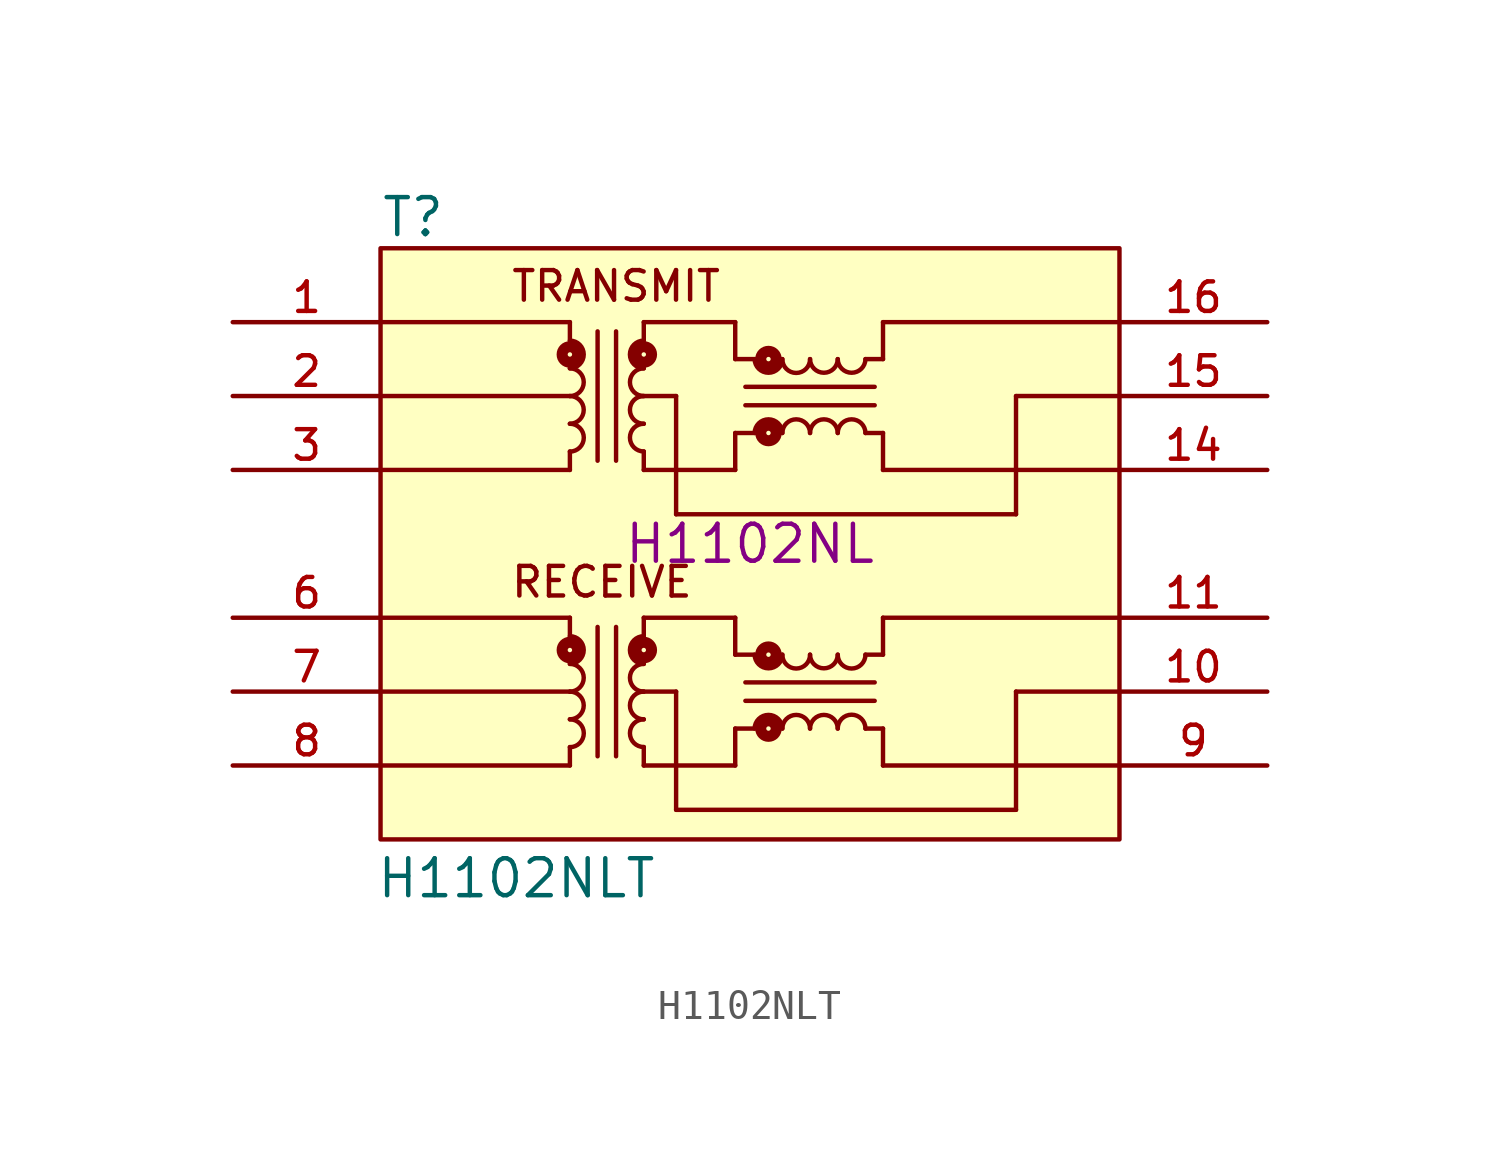
<source format=kicad_sym>
(kicad_symbol_lib
  (version 20241209)
  (generator "kicad_symbol_editor")
  (generator_version "9.0")
  (symbol "H1102NLT"
    (pin_names
      (offset 1.016))
    (property "Reference" "T"
      (at -12.71 10.485 0)
      (effects (font (size 1.27 1.27)) (justify left bottom)))
    (property "Value" "H1102NLT"
      (at -12.876 -12.24 0)
      (effects (font (size 1.27 1.27)) (justify left bottom)))
    (property "ManufacturerPartNumber" "H1102NL"
      (at 0 0 0)
      (effects (font (size 1.27 1.27))))
    (symbol "H1102NLT_0_0"
      (rectangle (start -12.7 -10.16) (end 12.7 10.16) (stroke (width 0.152) (type default)) (fill (type background)))
      (polyline (pts (xy -12.636 7.62) (xy -6.191 7.62)) (stroke (width 0.152) (type default)) (fill (type none)))
      (polyline (pts (xy -12.636 5.08) (xy -6.191 5.08)) (stroke (width 0.152) (type default)) (fill (type none)))
      (polyline (pts (xy -12.636 2.54) (xy -6.191 2.54)) (stroke (width 0.152) (type default)) (fill (type none)))
      (polyline (pts (xy -12.636 -2.54) (xy -6.191 -2.54)) (stroke (width 0.152) (type default)) (fill (type none)))
      (polyline (pts (xy -12.636 -5.08) (xy -6.191 -5.08)) (stroke (width 0.152) (type default)) (fill (type none)))
      (polyline (pts (xy -12.636 -7.62) (xy -6.191 -7.62)) (stroke (width 0.152) (type default)) (fill (type none)))
      (arc (start -6.1913 6.985) (mid -5.7171 6.5087) (end -6.1913 6.0325) (stroke (width 0.1524) (type default)) (fill (type none)))
      (arc (start -6.1913 6.0325) (mid -5.7171 5.5562) (end -6.1913 5.08) (stroke (width 0.1524) (type default)) (fill (type none)))
      (arc (start -6.1913 5.08) (mid -5.7171 4.6037) (end -6.1913 4.1275) (stroke (width 0.1524) (type default)) (fill (type none)))
      (arc (start -6.1913 4.1275) (mid -5.7171 3.6512) (end -6.1913 3.175) (stroke (width 0.1524) (type default)) (fill (type none)))
      (arc (start -6.1913 -3.175) (mid -5.7171 -3.6512) (end -6.1913 -4.1275) (stroke (width 0.1524) (type default)) (fill (type none)))
      (arc (start -6.1913 -4.1275) (mid -5.7171 -4.6037) (end -6.1913 -5.08) (stroke (width 0.1524) (type default)) (fill (type none)))
      (arc (start -6.1913 -5.08) (mid -5.7171 -5.5562) (end -6.1913 -6.0325) (stroke (width 0.1524) (type default)) (fill (type none)))
      (arc (start -6.1913 -6.0325) (mid -5.7171 -6.5087) (end -6.1913 -6.985) (stroke (width 0.1524) (type default)) (fill (type none)))
      (polyline (pts (xy -6.191 7.62) (xy -6.191 6.985)) (stroke (width 0.152) (type default)) (fill (type none)))
      (circle (center -6.191 6.509) (radius 0.076) (stroke (width 0.381) (type default)) (fill (type none)))
      (polyline (pts (xy -6.191 2.54) (xy -6.191 3.175)) (stroke (width 0.152) (type default)) (fill (type none)))
      (polyline (pts (xy -6.191 -2.54) (xy -6.191 -3.175)) (stroke (width 0.152) (type default)) (fill (type none)))
      (circle (center -6.191 -3.651) (radius 0.076) (stroke (width 0.381) (type default)) (fill (type none)))
      (polyline (pts (xy -6.191 -7.62) (xy -6.191 -6.985)) (stroke (width 0.152) (type default)) (fill (type none)))
      (polyline (pts (xy -5.239 7.303) (xy -5.239 2.857)) (stroke (width 0.152) (type default)) (fill (type none)))
      (polyline (pts (xy -5.239 -2.857) (xy -5.239 -7.303)) (stroke (width 0.152) (type default)) (fill (type none)))
      (polyline (pts (xy -4.604 7.303) (xy -4.604 2.857)) (stroke (width 0.152) (type default)) (fill (type none)))
      (polyline (pts (xy -4.604 -2.857) (xy -4.604 -7.303)) (stroke (width 0.152) (type default)) (fill (type none)))
      (polyline (pts (xy -3.81 5.08) (xy -2.54 5.08)) (stroke (width 0.152) (type default)) (fill (type none)))
      (polyline (pts (xy -3.81 -5.08) (xy -2.54 -5.08)) (stroke (width 0.152) (type default)) (fill (type none)))
      (polyline (pts (xy -3.651 7.62) (xy -3.651 6.985)) (stroke (width 0.152) (type default)) (fill (type none)))
      (circle (center -3.651 6.509) (radius 0.076) (stroke (width 0.381) (type default)) (fill (type none)))
      (polyline (pts (xy -3.651 2.54) (xy -3.651 3.175)) (stroke (width 0.152) (type default)) (fill (type none)))
      (polyline (pts (xy -3.651 -2.54) (xy -3.651 -3.175)) (stroke (width 0.152) (type default)) (fill (type none)))
      (circle (center -3.651 -3.651) (radius 0.076) (stroke (width 0.381) (type default)) (fill (type none)))
      (polyline (pts (xy -3.651 -7.62) (xy -3.651 -6.985)) (stroke (width 0.152) (type default)) (fill (type none)))
      (arc (start -3.6513 6.0325) (mid -4.1255 6.5088) (end -3.6513 6.985) (stroke (width 0.1524) (type default)) (fill (type none)))
      (arc (start -3.6513 5.08) (mid -4.1255 5.5563) (end -3.6513 6.0325) (stroke (width 0.1524) (type default)) (fill (type none)))
      (arc (start -3.6513 4.1275) (mid -4.1255 4.6038) (end -3.6513 5.08) (stroke (width 0.1524) (type default)) (fill (type none)))
      (arc (start -3.6513 3.175) (mid -4.1255 3.6513) (end -3.6513 4.1275) (stroke (width 0.1524) (type default)) (fill (type none)))
      (arc (start -3.6513 -4.1275) (mid -4.1253 -3.6513) (end -3.6513 -3.175) (stroke (width 0.1524) (type default)) (fill (type none)))
      (arc (start -3.6513 -5.08) (mid -4.1253 -4.6038) (end -3.6513 -4.1275) (stroke (width 0.1524) (type default)) (fill (type none)))
      (arc (start -3.6513 -6.0325) (mid -4.1253 -5.5563) (end -3.6513 -5.08) (stroke (width 0.1524) (type default)) (fill (type none)))
      (arc (start -3.6513 -6.985) (mid -4.1253 -6.5088) (end -3.6513 -6.0325) (stroke (width 0.1524) (type default)) (fill (type none)))
      (polyline (pts (xy -2.54 5.08) (xy -2.54 1.016)) (stroke (width 0.152) (type default)) (fill (type none)))
      (polyline (pts (xy -2.54 1.016) (xy 9.144 1.016)) (stroke (width 0.152) (type default)) (fill (type none)))
      (polyline (pts (xy -2.54 -5.08) (xy -2.54 -9.144)) (stroke (width 0.152) (type default)) (fill (type none)))
      (polyline (pts (xy -2.54 -9.144) (xy 9.144 -9.144)) (stroke (width 0.152) (type default)) (fill (type none)))
      (polyline (pts (xy -0.508 7.62) (xy -3.651 7.62)) (stroke (width 0.152) (type default)) (fill (type none)))
      (polyline (pts (xy -0.508 6.35) (xy -0.508 7.62)) (stroke (width 0.152) (type default)) (fill (type none)))
      (polyline (pts (xy -0.508 3.81) (xy -0.508 2.54)) (stroke (width 0.152) (type default)) (fill (type none)))
      (polyline (pts (xy -0.508 3.81) (xy 0.159 3.81)) (stroke (width 0.152) (type default)) (fill (type none)))
      (polyline (pts (xy -0.508 2.54) (xy -3.651 2.54)) (stroke (width 0.152) (type default)) (fill (type none)))
      (polyline (pts (xy -0.508 -2.54) (xy -3.651 -2.54)) (stroke (width 0.152) (type default)) (fill (type none)))
      (polyline (pts (xy -0.508 -3.81) (xy -0.508 -2.54)) (stroke (width 0.152) (type default)) (fill (type none)))
      (polyline (pts (xy -0.508 -6.35) (xy -0.508 -7.62)) (stroke (width 0.152) (type default)) (fill (type none)))
      (polyline (pts (xy -0.508 -6.35) (xy 0.159 -6.35)) (stroke (width 0.152) (type default)) (fill (type none)))
      (polyline (pts (xy -0.508 -7.62) (xy -3.651 -7.62)) (stroke (width 0.152) (type default)) (fill (type none)))
      (polyline (pts (xy -0.159 5.397) (xy 4.286 5.397)) (stroke (width 0.152) (type default)) (fill (type none)))
      (polyline (pts (xy -0.159 4.763) (xy 4.286 4.763)) (stroke (width 0.152) (type default)) (fill (type none)))
      (polyline (pts (xy -0.159 -4.763) (xy 4.286 -4.763)) (stroke (width 0.152) (type default)) (fill (type none)))
      (polyline (pts (xy -0.159 -5.397) (xy 4.286 -5.397)) (stroke (width 0.152) (type default)) (fill (type none)))
      (polyline (pts (xy 0.159 6.35) (xy -0.508 6.35)) (stroke (width 0.152) (type default)) (fill (type none)))
      (polyline (pts (xy 0.159 -3.81) (xy -0.508 -3.81)) (stroke (width 0.152) (type default)) (fill (type none)))
      (arc (start 1.1113 6.35) (mid 0.635 5.8758) (end 0.1588 6.35) (stroke (width 0.1524) (type default)) (fill (type none)))
      (circle (center 0.635 6.35) (radius 0.076) (stroke (width 0.381) (type default)) (fill (type none)))
      (circle (center 0.635 3.81) (radius 0.076) (stroke (width 0.381) (type default)) (fill (type none)))
      (arc (start 0.1588 3.81) (mid 0.635 4.2841) (end 1.1113 3.81) (stroke (width 0.1524) (type default)) (fill (type none)))
      (arc (start 1.1113 -3.81) (mid 0.635 -4.2841) (end 0.1588 -3.81) (stroke (width 0.1524) (type default)) (fill (type none)))
      (circle (center 0.635 -3.81) (radius 0.076) (stroke (width 0.381) (type default)) (fill (type none)))
      (circle (center 0.635 -6.35) (radius 0.076) (stroke (width 0.381) (type default)) (fill (type none)))
      (arc (start 0.1588 -6.35) (mid 0.6351 -5.8757) (end 1.1113 -6.35) (stroke (width 0.1524) (type default)) (fill (type none)))
      (arc (start 2.0638 6.35) (mid 1.5876 5.8759) (end 1.1113 6.35) (stroke (width 0.1524) (type default)) (fill (type none)))
      (arc (start 2.0638 -3.81) (mid 1.5875 -4.2841) (end 1.1113 -3.81) (stroke (width 0.1524) (type default)) (fill (type none)))
      (arc (start 1.1113 3.81) (mid 1.5876 4.2842) (end 2.0638 3.81) (stroke (width 0.1524) (type default)) (fill (type none)))
      (arc (start 1.1113 -6.35) (mid 1.5876 -5.8757) (end 2.0638 -6.35) (stroke (width 0.1524) (type default)) (fill (type none)))
      (arc (start 3.0163 6.35) (mid 2.54 5.8758) (end 2.0638 6.35) (stroke (width 0.1524) (type default)) (fill (type none)))
      (arc (start 2.0638 3.81) (mid 2.54 4.2841) (end 3.0163 3.81) (stroke (width 0.1524) (type default)) (fill (type none)))
      (arc (start 3.0163 -3.81) (mid 2.54 -4.2841) (end 2.0638 -3.81) (stroke (width 0.1524) (type default)) (fill (type none)))
      (arc (start 2.0638 -6.35) (mid 2.5401 -5.8757) (end 3.0163 -6.35) (stroke (width 0.1524) (type default)) (fill (type none)))
      (arc (start 3.9688 6.35) (mid 3.4925 5.8758) (end 3.0163 6.35) (stroke (width 0.1524) (type default)) (fill (type none)))
      (arc (start 3.0163 3.81) (mid 3.4925 4.2841) (end 3.9688 3.81) (stroke (width 0.1524) (type default)) (fill (type none)))
      (arc (start 3.9688 -3.81) (mid 3.4926 -4.284) (end 3.0163 -3.81) (stroke (width 0.1524) (type default)) (fill (type none)))
      (arc (start 3.0163 -6.35) (mid 3.4926 -5.8757) (end 3.9688 -6.35) (stroke (width 0.1524) (type default)) (fill (type none)))
      (polyline (pts (xy 4.572 6.35) (xy 3.969 6.35)) (stroke (width 0.152) (type default)) (fill (type none)))
      (polyline (pts (xy 4.572 6.35) (xy 4.572 7.62)) (stroke (width 0.152) (type default)) (fill (type none)))
      (polyline (pts (xy 4.572 3.81) (xy 3.969 3.81)) (stroke (width 0.152) (type default)) (fill (type none)))
      (polyline (pts (xy 4.572 2.54) (xy 4.572 3.81)) (stroke (width 0.152) (type default)) (fill (type none)))
      (polyline (pts (xy 4.572 -3.81) (xy 3.969 -3.81)) (stroke (width 0.152) (type default)) (fill (type none)))
      (polyline (pts (xy 4.572 -3.81) (xy 4.572 -2.54)) (stroke (width 0.152) (type default)) (fill (type none)))
      (polyline (pts (xy 4.572 -6.35) (xy 3.969 -6.35)) (stroke (width 0.152) (type default)) (fill (type none)))
      (polyline (pts (xy 4.572 -7.62) (xy 4.572 -6.35)) (stroke (width 0.152) (type default)) (fill (type none)))
      (polyline (pts (xy 9.144 5.08) (xy 12.7 5.08)) (stroke (width 0.152) (type default)) (fill (type none)))
      (polyline (pts (xy 9.144 1.016) (xy 9.144 5.08)) (stroke (width 0.152) (type default)) (fill (type none)))
      (polyline (pts (xy 9.144 -5.08) (xy 12.7 -5.08)) (stroke (width 0.152) (type default)) (fill (type none)))
      (polyline (pts (xy 9.144 -9.144) (xy 9.144 -5.08)) (stroke (width 0.152) (type default)) (fill (type none)))
      (polyline (pts (xy 12.7 7.62) (xy 4.572 7.62)) (stroke (width 0.152) (type default)) (fill (type none)))
      (polyline (pts (xy 12.7 2.54) (xy 4.572 2.54)) (stroke (width 0.152) (type default)) (fill (type none)))
      (polyline (pts (xy 12.7 -2.54) (xy 4.572 -2.54)) (stroke (width 0.152) (type default)) (fill (type none)))
      (polyline (pts (xy 12.7 -7.62) (xy 4.572 -7.62)) (stroke (width 0.152) (type default)) (fill (type none)))
      (text "RECEIVE" (at -8.27 -1.908 0) (effects (font (size 1.018 1.018)) (justify left bottom)))
      (text "TRANSMIT" (at -8.261 8.261 0) (effects (font (size 1.017 1.017)) (justify left bottom)))
      (pin passive line (at -17.78 7.62 0) (length 5.08) (name "~" (effects (font (size 1.016 1.016)))) (number "1" (effects (font (size 1.016 1.016)))))
      (pin passive line (at -17.78 5.08 0) (length 5.08) (name "~" (effects (font (size 1.016 1.016)))) (number "2" (effects (font (size 1.016 1.016)))))
      (pin passive line (at -17.78 2.54 0) (length 5.08) (name "~" (effects (font (size 1.016 1.016)))) (number "3" (effects (font (size 1.016 1.016)))))
      (pin passive line (at -17.78 -2.54 0) (length 5.08) (name "~" (effects (font (size 1.016 1.016)))) (number "6" (effects (font (size 1.016 1.016)))))
      (pin passive line (at -17.78 -5.08 0) (length 5.08) (name "~" (effects (font (size 1.016 1.016)))) (number "7" (effects (font (size 1.016 1.016)))))
      (pin passive line (at -17.78 -7.62 0) (length 5.08) (name "~" (effects (font (size 1.016 1.016)))) (number "8" (effects (font (size 1.016 1.016)))))
      (pin passive line (at 17.78 7.62 180) (length 5.08) (name "~" (effects (font (size 1.016 1.016)))) (number "16" (effects (font (size 1.016 1.016)))))
      (pin passive line (at 17.78 5.08 180) (length 5.08) (name "~" (effects (font (size 1.016 1.016)))) (number "15" (effects (font (size 1.016 1.016)))))
      (pin passive line (at 17.78 2.54 180) (length 5.08) (name "~" (effects (font (size 1.016 1.016)))) (number "14" (effects (font (size 1.016 1.016)))))
      (pin passive line (at 17.78 -2.54 180) (length 5.08) (name "~" (effects (font (size 1.016 1.016)))) (number "11" (effects (font (size 1.016 1.016)))))
      (pin passive line (at 17.78 -5.08 180) (length 5.08) (name "~" (effects (font (size 1.016 1.016)))) (number "10" (effects (font (size 1.016 1.016)))))
      (pin passive line (at 17.78 -7.62 180) (length 5.08) (name "~" (effects (font (size 1.016 1.016)))) (number "9" (effects (font (size 1.016 1.016))))))))
</source>
